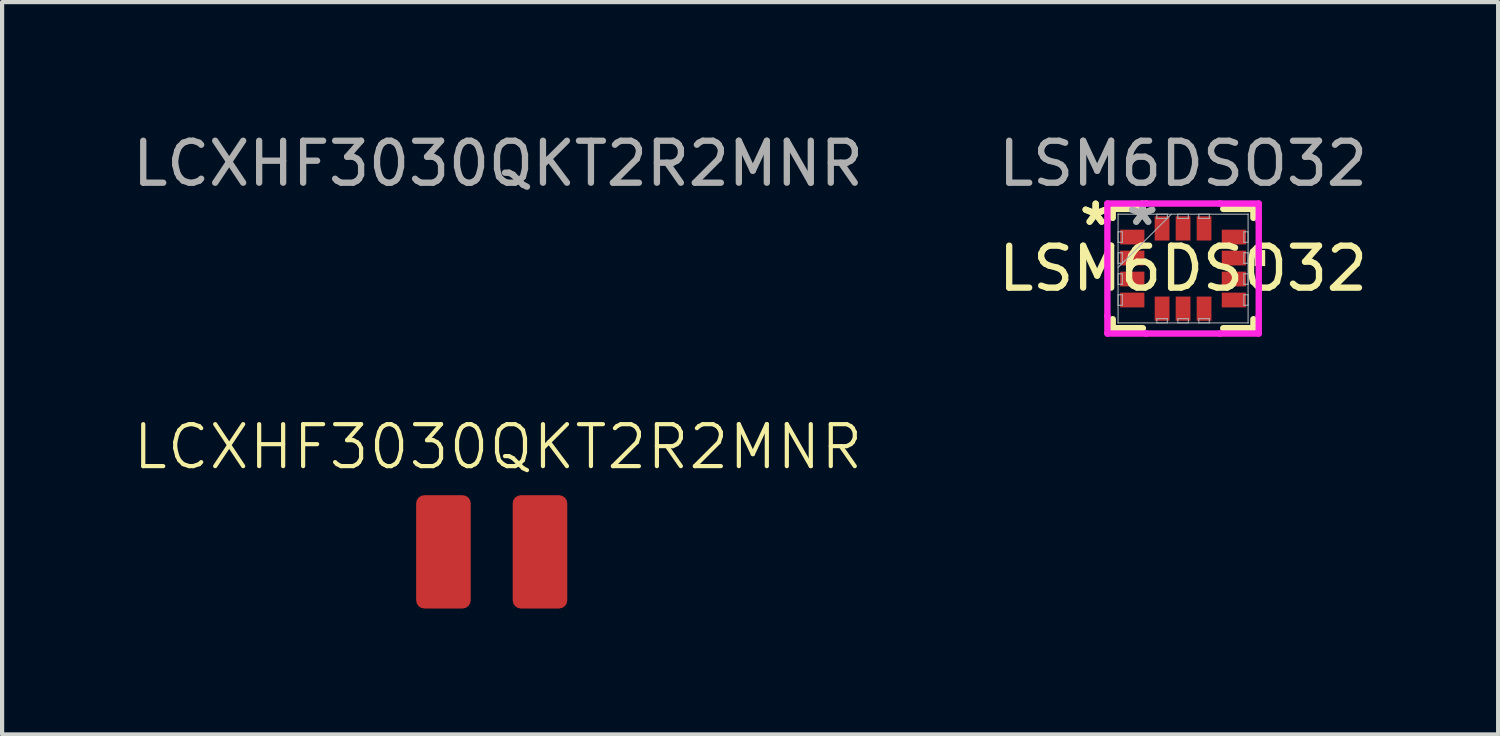
<source format=kicad_pcb>
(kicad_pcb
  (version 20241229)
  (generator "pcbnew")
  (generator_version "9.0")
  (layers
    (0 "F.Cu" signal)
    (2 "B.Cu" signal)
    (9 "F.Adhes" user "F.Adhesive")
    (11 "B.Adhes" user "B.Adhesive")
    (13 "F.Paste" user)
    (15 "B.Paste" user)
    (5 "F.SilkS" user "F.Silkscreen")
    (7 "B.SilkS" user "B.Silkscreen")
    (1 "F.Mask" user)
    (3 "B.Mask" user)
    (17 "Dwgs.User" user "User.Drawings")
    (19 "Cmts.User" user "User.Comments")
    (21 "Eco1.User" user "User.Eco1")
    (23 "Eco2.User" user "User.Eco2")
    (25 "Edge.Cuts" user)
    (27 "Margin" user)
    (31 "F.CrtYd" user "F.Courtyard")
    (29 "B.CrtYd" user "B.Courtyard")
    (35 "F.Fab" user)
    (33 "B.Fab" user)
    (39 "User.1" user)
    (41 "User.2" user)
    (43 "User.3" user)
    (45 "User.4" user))
  (footprint "LSM6DSO32"
    (layer "F.Cu")
    (at 25.137 3.348)
    (property "Reference" "LSM6DSO32" (at 0 0 0) (unlocked yes) (layer "F.SilkS") (effects (font (size 1 1) (thickness 0.15))))
    (attr smd)
    (fp_line (start -1.676 -1.422) (end -1.676 -1.207) (stroke (width 0.152) (type solid)) (layer "F.SilkS"))
    (fp_line (start -1.676 1.207) (end -1.676 1.422) (stroke (width 0.152) (type solid)) (layer "F.SilkS"))
    (fp_line (start -1.676 1.422) (end -0.957 1.422) (stroke (width 0.152) (type solid)) (layer "F.SilkS"))
    (fp_line (start -0.957 -1.422) (end -1.676 -1.422) (stroke (width 0.152) (type solid)) (layer "F.SilkS"))
    (fp_line (start 0.957 1.422) (end 1.676 1.422) (stroke (width 0.152) (type solid)) (layer "F.SilkS"))
    (fp_line (start 1.676 -1.422) (end 0.957 -1.422) (stroke (width 0.152) (type solid)) (layer "F.SilkS"))
    (fp_line (start 1.676 -1.207) (end 1.676 -1.422) (stroke (width 0.152) (type solid)) (layer "F.SilkS"))
    (fp_line (start 1.676 1.422) (end 1.676 1.207) (stroke (width 0.152) (type solid)) (layer "F.SilkS"))
    (fp_poly (pts (xy 1.956 -0.441) (xy 1.956 -0.059) (xy 1.702 -0.059) (xy 1.702 -0.441)) (stroke (width 0) (type solid)) (fill yes) (layer "F.SilkS"))
    (fp_line (start -1.803 -1.549) (end -0.879 -1.549) (stroke (width 0.152) (type solid)) (layer "F.CrtYd"))
    (fp_line (start -1.803 -1.129) (end -1.803 -1.549) (stroke (width 0.152) (type solid)) (layer "F.CrtYd"))
    (fp_line (start -1.803 -1.129) (end -1.803 -1.129) (stroke (width 0.152) (type solid)) (layer "F.CrtYd"))
    (fp_line (start -1.803 1.129) (end -1.803 -1.129) (stroke (width 0.152) (type solid)) (layer "F.CrtYd"))
    (fp_line (start -1.803 1.129) (end -1.803 1.129) (stroke (width 0.152) (type solid)) (layer "F.CrtYd"))
    (fp_line (start -1.803 1.549) (end -1.803 1.129) (stroke (width 0.152) (type solid)) (layer "F.CrtYd"))
    (fp_line (start -0.879 -1.549) (end -0.879 -1.549) (stroke (width 0.152) (type solid)) (layer "F.CrtYd"))
    (fp_line (start -0.879 -1.549) (end 0.879 -1.549) (stroke (width 0.152) (type solid)) (layer "F.CrtYd"))
    (fp_line (start -0.879 1.549) (end -1.803 1.549) (stroke (width 0.152) (type solid)) (layer "F.CrtYd"))
    (fp_line (start -0.879 1.549) (end -0.879 1.549) (stroke (width 0.152) (type solid)) (layer "F.CrtYd"))
    (fp_line (start 0.879 -1.549) (end 0.879 -1.549) (stroke (width 0.152) (type solid)) (layer "F.CrtYd"))
    (fp_line (start 0.879 -1.549) (end 1.803 -1.549) (stroke (width 0.152) (type solid)) (layer "F.CrtYd"))
    (fp_line (start 0.879 1.549) (end -0.879 1.549) (stroke (width 0.152) (type solid)) (layer "F.CrtYd"))
    (fp_line (start 0.879 1.549) (end 0.879 1.549) (stroke (width 0.152) (type solid)) (layer "F.CrtYd"))
    (fp_line (start 1.803 -1.549) (end 1.803 -1.129) (stroke (width 0.152) (type solid)) (layer "F.CrtYd"))
    (fp_line (start 1.803 -1.129) (end 1.803 -1.129) (stroke (width 0.152) (type solid)) (layer "F.CrtYd"))
    (fp_line (start 1.803 -1.129) (end 1.803 1.129) (stroke (width 0.152) (type solid)) (layer "F.CrtYd"))
    (fp_line (start 1.803 1.129) (end 1.803 1.129) (stroke (width 0.152) (type solid)) (layer "F.CrtYd"))
    (fp_line (start 1.803 1.129) (end 1.803 1.549) (stroke (width 0.152) (type solid)) (layer "F.CrtYd"))
    (fp_line (start 1.803 1.549) (end 0.879 1.549) (stroke (width 0.152) (type solid)) (layer "F.CrtYd"))
    (fp_line (start -1.549 -1.295) (end -1.549 -1.295) (stroke (width 0.025) (type solid)) (layer "F.Fab"))
    (fp_line (start -1.549 -1.295) (end -1.549 1.295) (stroke (width 0.025) (type solid)) (layer "F.Fab"))
    (fp_line (start -1.549 -0.875) (end -1.448 -0.875) (stroke (width 0.025) (type solid)) (layer "F.Fab"))
    (fp_line (start -1.549 -0.625) (end -1.549 -0.875) (stroke (width 0.025) (type solid)) (layer "F.Fab"))
    (fp_line (start -1.549 -0.375) (end -1.448 -0.375) (stroke (width 0.025) (type solid)) (layer "F.Fab"))
    (fp_line (start -1.549 -0.125) (end -1.549 -0.375) (stroke (width 0.025) (type solid)) (layer "F.Fab"))
    (fp_line (start -1.549 -0.025) (end -0.279 -1.295) (stroke (width 0.025) (type solid)) (layer "F.Fab"))
    (fp_line (start -1.549 0.125) (end -1.448 0.125) (stroke (width 0.025) (type solid)) (layer "F.Fab"))
    (fp_line (start -1.549 0.375) (end -1.549 0.125) (stroke (width 0.025) (type solid)) (layer "F.Fab"))
    (fp_line (start -1.549 0.625) (end -1.448 0.625) (stroke (width 0.025) (type solid)) (layer "F.Fab"))
    (fp_line (start -1.549 0.875) (end -1.549 0.625) (stroke (width 0.025) (type solid)) (layer "F.Fab"))
    (fp_line (start -1.549 1.295) (end -1.549 1.295) (stroke (width 0.025) (type solid)) (layer "F.Fab"))
    (fp_line (start -1.549 1.295) (end 1.549 1.295) (stroke (width 0.025) (type solid)) (layer "F.Fab"))
    (fp_line (start -1.448 -0.875) (end -1.448 -0.625) (stroke (width 0.025) (type solid)) (layer "F.Fab"))
    (fp_line (start -1.448 -0.625) (end -1.549 -0.625) (stroke (width 0.025) (type solid)) (layer "F.Fab"))
    (fp_line (start -1.448 -0.375) (end -1.448 -0.125) (stroke (width 0.025) (type solid)) (layer "F.Fab"))
    (fp_line (start -1.448 -0.125) (end -1.549 -0.125) (stroke (width 0.025) (type solid)) (layer "F.Fab"))
    (fp_line (start -1.448 0.125) (end -1.448 0.375) (stroke (width 0.025) (type solid)) (layer "F.Fab"))
    (fp_line (start -1.448 0.375) (end -1.549 0.375) (stroke (width 0.025) (type solid)) (layer "F.Fab"))
    (fp_line (start -1.448 0.625) (end -1.448 0.875) (stroke (width 0.025) (type solid)) (layer "F.Fab"))
    (fp_line (start -1.448 0.875) (end -1.549 0.875) (stroke (width 0.025) (type solid)) (layer "F.Fab"))
    (fp_line (start -0.625 -1.295) (end -0.375 -1.295) (stroke (width 0.025) (type solid)) (layer "F.Fab"))
    (fp_line (start -0.625 -1.194) (end -0.625 -1.295) (stroke (width 0.025) (type solid)) (layer "F.Fab"))
    (fp_line (start -0.625 1.194) (end -0.375 1.194) (stroke (width 0.025) (type solid)) (layer "F.Fab"))
    (fp_line (start -0.625 1.295) (end -0.625 1.194) (stroke (width 0.025) (type solid)) (layer "F.Fab"))
    (fp_line (start -0.375 -1.295) (end -0.375 -1.194) (stroke (width 0.025) (type solid)) (layer "F.Fab"))
    (fp_line (start -0.375 -1.194) (end -0.625 -1.194) (stroke (width 0.025) (type solid)) (layer "F.Fab"))
    (fp_line (start -0.375 1.194) (end -0.375 1.295) (stroke (width 0.025) (type solid)) (layer "F.Fab"))
    (fp_line (start -0.375 1.295) (end -0.625 1.295) (stroke (width 0.025) (type solid)) (layer "F.Fab"))
    (fp_line (start -0.125 -1.295) (end 0.125 -1.295) (stroke (width 0.025) (type solid)) (layer "F.Fab"))
    (fp_line (start -0.125 -1.194) (end -0.125 -1.295) (stroke (width 0.025) (type solid)) (layer "F.Fab"))
    (fp_line (start -0.125 1.194) (end 0.125 1.194) (stroke (width 0.025) (type solid)) (layer "F.Fab"))
    (fp_line (start -0.125 1.295) (end -0.125 1.194) (stroke (width 0.025) (type solid)) (layer "F.Fab"))
    (fp_line (start 0.125 -1.295) (end 0.125 -1.194) (stroke (width 0.025) (type solid)) (layer "F.Fab"))
    (fp_line (start 0.125 -1.194) (end -0.125 -1.194) (stroke (width 0.025) (type solid)) (layer "F.Fab"))
    (fp_line (start 0.125 1.194) (end 0.125 1.295) (stroke (width 0.025) (type solid)) (layer "F.Fab"))
    (fp_line (start 0.125 1.295) (end -0.125 1.295) (stroke (width 0.025) (type solid)) (layer "F.Fab"))
    (fp_line (start 0.375 -1.295) (end 0.625 -1.295) (stroke (width 0.025) (type solid)) (layer "F.Fab"))
    (fp_line (start 0.375 -1.194) (end 0.375 -1.295) (stroke (width 0.025) (type solid)) (layer "F.Fab"))
    (fp_line (start 0.375 1.194) (end 0.625 1.194) (stroke (width 0.025) (type solid)) (layer "F.Fab"))
    (fp_line (start 0.375 1.295) (end 0.375 1.194) (stroke (width 0.025) (type solid)) (layer "F.Fab"))
    (fp_line (start 0.625 -1.295) (end 0.625 -1.194) (stroke (width 0.025) (type solid)) (layer "F.Fab"))
    (fp_line (start 0.625 -1.194) (end 0.375 -1.194) (stroke (width 0.025) (type solid)) (layer "F.Fab"))
    (fp_line (start 0.625 1.194) (end 0.625 1.295) (stroke (width 0.025) (type solid)) (layer "F.Fab"))
    (fp_line (start 0.625 1.295) (end 0.375 1.295) (stroke (width 0.025) (type solid)) (layer "F.Fab"))
    (fp_line (start 1.448 -0.875) (end 1.549 -0.875) (stroke (width 0.025) (type solid)) (layer "F.Fab"))
    (fp_line (start 1.448 -0.625) (end 1.448 -0.875) (stroke (width 0.025) (type solid)) (layer "F.Fab"))
    (fp_line (start 1.448 -0.375) (end 1.549 -0.375) (stroke (width 0.025) (type solid)) (layer "F.Fab"))
    (fp_line (start 1.448 -0.125) (end 1.448 -0.375) (stroke (width 0.025) (type solid)) (layer "F.Fab"))
    (fp_line (start 1.448 0.125) (end 1.549 0.125) (stroke (width 0.025) (type solid)) (layer "F.Fab"))
    (fp_line (start 1.448 0.375) (end 1.448 0.125) (stroke (width 0.025) (type solid)) (layer "F.Fab"))
    (fp_line (start 1.448 0.625) (end 1.549 0.625) (stroke (width 0.025) (type solid)) (layer "F.Fab"))
    (fp_line (start 1.448 0.875) (end 1.448 0.625) (stroke (width 0.025) (type solid)) (layer "F.Fab"))
    (fp_line (start 1.549 -1.295) (end -1.549 -1.295) (stroke (width 0.025) (type solid)) (layer "F.Fab"))
    (fp_line (start 1.549 -1.295) (end 1.549 -1.295) (stroke (width 0.025) (type solid)) (layer "F.Fab"))
    (fp_line (start 1.549 -0.875) (end 1.549 -0.625) (stroke (width 0.025) (type solid)) (layer "F.Fab"))
    (fp_line (start 1.549 -0.625) (end 1.448 -0.625) (stroke (width 0.025) (type solid)) (layer "F.Fab"))
    (fp_line (start 1.549 -0.375) (end 1.549 -0.125) (stroke (width 0.025) (type solid)) (layer "F.Fab"))
    (fp_line (start 1.549 -0.125) (end 1.448 -0.125) (stroke (width 0.025) (type solid)) (layer "F.Fab"))
    (fp_line (start 1.549 0.125) (end 1.549 0.375) (stroke (width 0.025) (type solid)) (layer "F.Fab"))
    (fp_line (start 1.549 0.375) (end 1.448 0.375) (stroke (width 0.025) (type solid)) (layer "F.Fab"))
    (fp_line (start 1.549 0.625) (end 1.549 0.875) (stroke (width 0.025) (type solid)) (layer "F.Fab"))
    (fp_line (start 1.549 0.875) (end 1.448 0.875) (stroke (width 0.025) (type solid)) (layer "F.Fab"))
    (fp_line (start 1.549 1.295) (end 1.549 -1.295) (stroke (width 0.025) (type solid)) (layer "F.Fab"))
    (fp_line (start 1.549 1.295) (end 1.549 1.295) (stroke (width 0.025) (type solid)) (layer "F.Fab"))
    (fp_text user "*" (at -2.083 -1 0) (unlocked yes) (layer "F.SilkS") (effects (font (size 1 1) (thickness 0.15))))
    (fp_text user "*" (at -2.083 -1 0) (layer "F.SilkS") (effects (font (size 1 1) (thickness 0.15))))
    (fp_text user "${REFERENCE}" (at 0 -2.5 0) (unlocked yes) (layer "F.Fab") (effects (font (size 1 1) (thickness 0.15))))
    (fp_text user "*" (at -0.973 -1 0) (layer "F.Fab") (effects (font (size 1 1) (thickness 0.15))))
    (fp_text user "*" (at -0.973 -1 0) (unlocked yes) (layer "F.Fab") (effects (font (size 1 1) (thickness 0.15))))
    (pad "1" smd rect (at -1.21 -0.75 90) (size 0.352 0.577) (layers "F.Cu" "F.Mask" "F.Paste"))
    (pad "2" smd rect (at -1.21 -0.25 90) (size 0.352 0.577) (layers "F.Cu" "F.Mask" "F.Paste"))
    (pad "3" smd rect (at -1.21 0.25 90) (size 0.352 0.577) (layers "F.Cu" "F.Mask" "F.Paste"))
    (pad "4" smd rect (at -1.21 0.75 90) (size 0.352 0.577) (layers "F.Cu" "F.Mask" "F.Paste"))
    (pad "5" smd rect (at -0.5 0.956) (size 0.352 0.577) (layers "F.Cu" "F.Mask" "F.Paste"))
    (pad "6" smd rect (at 0 0.956) (size 0.352 0.577) (layers "F.Cu" "F.Mask" "F.Paste"))
    (pad "7" smd rect (at 0.5 0.956) (size 0.352 0.577) (layers "F.Cu" "F.Mask" "F.Paste"))
    (pad "8" smd rect (at 1.21 0.75 90) (size 0.352 0.577) (layers "F.Cu" "F.Mask" "F.Paste"))
    (pad "9" smd rect (at 1.21 0.25 90) (size 0.352 0.577) (layers "F.Cu" "F.Mask" "F.Paste"))
    (pad "10" smd rect (at 1.21 -0.25 90) (size 0.352 0.577) (layers "F.Cu" "F.Mask" "F.Paste"))
    (pad "11" smd rect (at 1.21 -0.75 90) (size 0.352 0.577) (layers "F.Cu" "F.Mask" "F.Paste"))
    (pad "12" smd rect (at 0.5 -0.956) (size 0.352 0.577) (layers "F.Cu" "F.Mask" "F.Paste"))
    (pad "13" smd rect (at 0 -0.956) (size 0.352 0.577) (layers "F.Cu" "F.Mask" "F.Paste"))
    (pad "14" smd rect (at -0.5 -0.956) (size 0.352 0.577) (layers "F.Cu" "F.Mask" "F.Paste")))
  (footprint "LCXHF3030QKT2R2MNR"
    (layer "F.Cu")
    (at 8.815 8.098)
    (property "Reference" "LCXHF3030QKT2R2MNR" (at 0 -0.5 0) (unlocked yes) (layer "F.SilkS") (effects (font (size 1 1) (thickness 0.1))))
    (attr smd)
    (fp_text user "${REFERENCE}" (at 0 -7.25 0) (unlocked yes) (layer "F.Fab") (effects (font (size 1 1) (thickness 0.15))))
    (pad "1" smd roundrect (at -1.3 2) (size 1.3 2.7) (layers "F.Cu" "F.Mask" "F.Paste") (roundrect_rratio 0.15))
    (pad "2" smd roundrect (at 1 2) (size 1.3 2.7) (layers "F.Cu" "F.Mask" "F.Paste") (roundrect_rratio 0.15)))
  (gr_rect
    (start -3 -3)
    (end 32.643 14.448)
    (stroke (width 0.1) (type default))
    (fill no)
    (layer "Edge.Cuts")))
</source>
